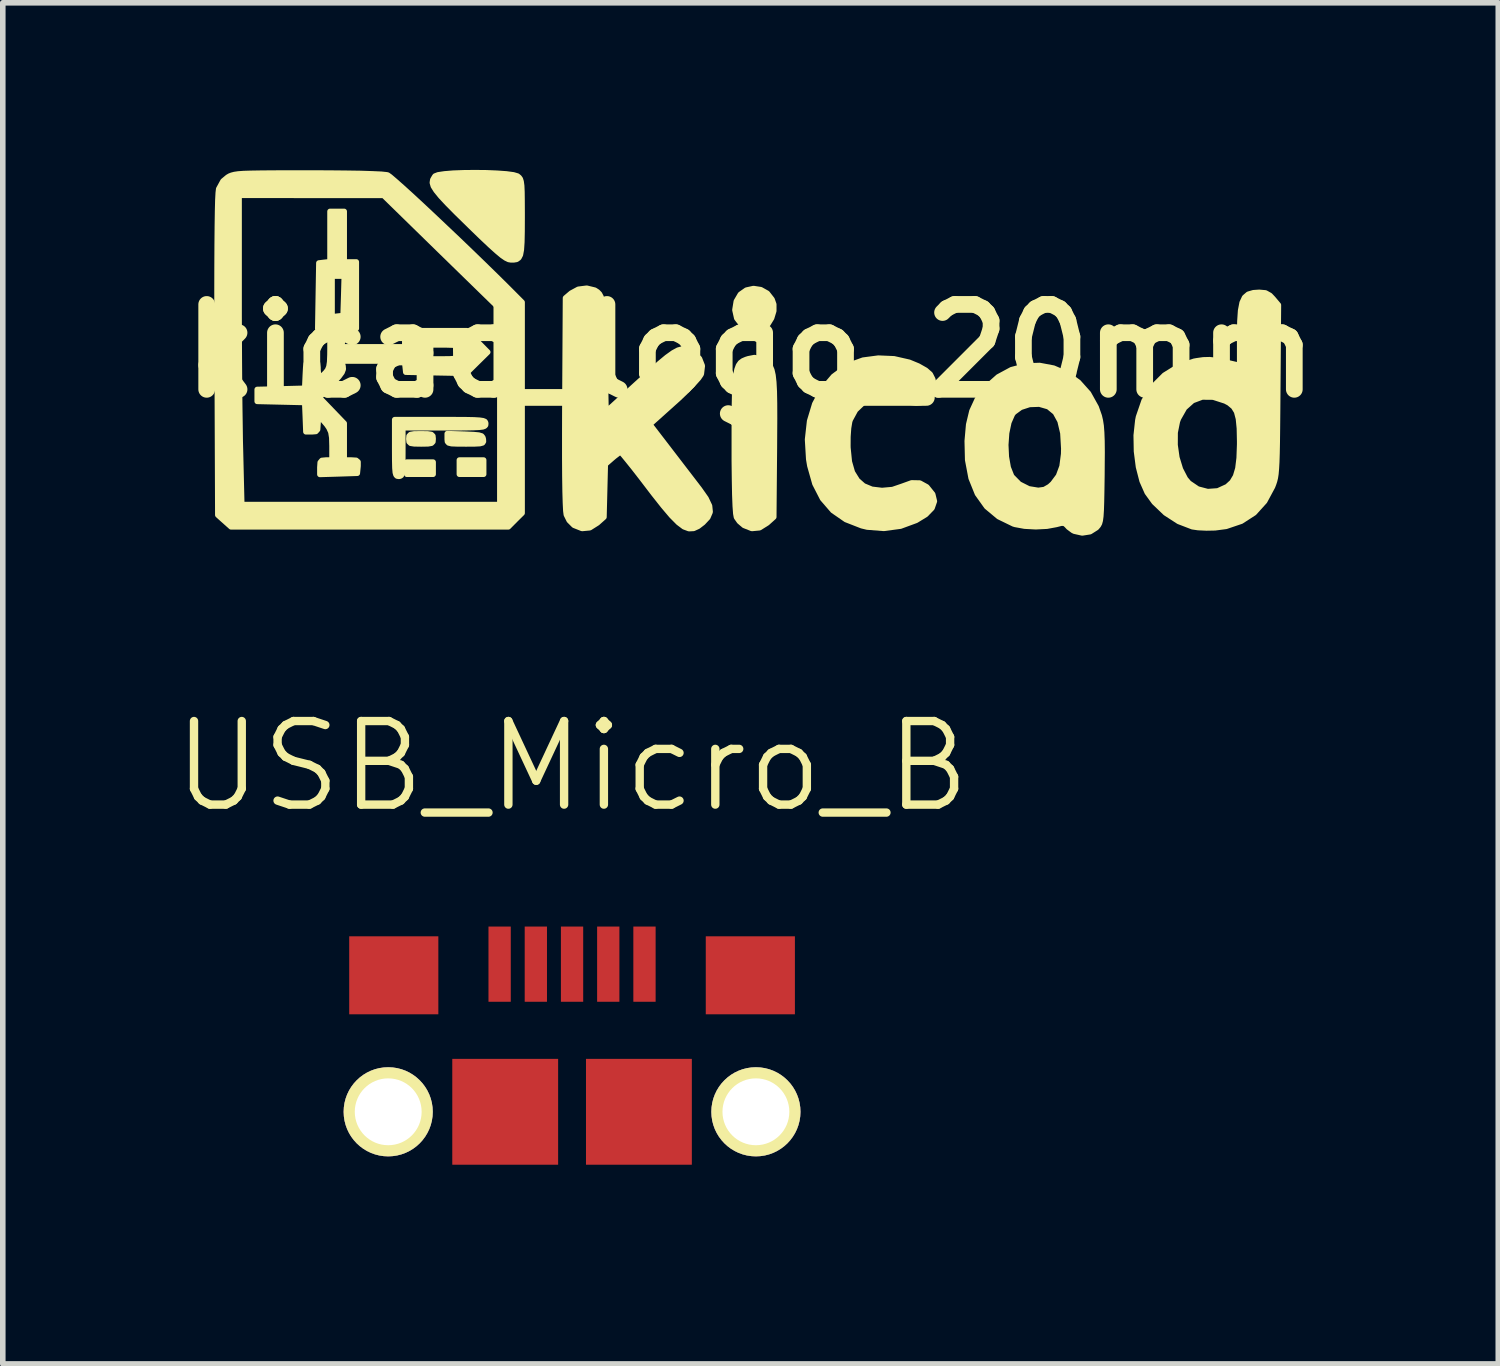
<source format=kicad_pcb>
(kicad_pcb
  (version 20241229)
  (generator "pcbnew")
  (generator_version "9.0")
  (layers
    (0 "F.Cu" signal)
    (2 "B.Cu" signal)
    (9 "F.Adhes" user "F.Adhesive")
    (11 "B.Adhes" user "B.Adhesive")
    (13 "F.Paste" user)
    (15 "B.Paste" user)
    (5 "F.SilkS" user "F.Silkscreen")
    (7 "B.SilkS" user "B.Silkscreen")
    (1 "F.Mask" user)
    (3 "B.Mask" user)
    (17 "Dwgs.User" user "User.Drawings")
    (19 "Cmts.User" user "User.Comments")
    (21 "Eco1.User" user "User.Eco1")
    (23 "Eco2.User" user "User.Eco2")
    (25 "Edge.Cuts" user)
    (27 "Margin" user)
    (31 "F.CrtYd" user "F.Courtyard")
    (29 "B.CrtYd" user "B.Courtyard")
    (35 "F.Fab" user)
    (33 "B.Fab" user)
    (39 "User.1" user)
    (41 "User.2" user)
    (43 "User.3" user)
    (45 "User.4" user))
  (footprint "kicad_logo_20mm"
    (layer "F.Cu")
    (at 10.421 3.249)
    (property "Reference" "kicad_logo_20mm" (at 0 0 0) (layer "F.SilkS") (effects (font (size 1.524 1.524) (thickness 0.3))))
    (attr through_hole)
    (fp_poly (pts (xy -5.697 2.213) (xy -5.933 2.213) (xy -6.169 2.213) (xy -6.169 2.105) (xy -6.169 1.996) (xy -5.933 1.996) (xy -5.697 1.996) (xy -5.697 2.105) (xy -5.697 2.213)) (stroke (width 0.1) (type solid)) (fill yes) (layer "F.SilkS"))
    (fp_poly (pts (xy -4.79 2.213) (xy -5.007 2.213) (xy -5.225 2.213) (xy -5.225 2.086) (xy -5.225 1.959) (xy -5.007 1.959) (xy -4.79 1.959) (xy -4.79 2.086) (xy -4.79 2.213)) (stroke (width 0.1) (type solid)) (fill yes) (layer "F.SilkS"))
    (fp_poly (pts (xy 0.417 -0.836) (xy 0.417 -0.718) (xy 0.378 -0.59) (xy 0.313 -0.484) (xy 0.259 -0.438) (xy 0.127 -0.402) (xy -0.021 -0.412) (xy -0.147 -0.466) (xy -0.156 -0.472) (xy -0.246 -0.587) (xy -0.279 -0.735) (xy -0.254 -0.89) (xy -0.181 -1.015) (xy -0.073 -1.091) (xy 0.054 -1.119) (xy 0.184 -1.099) (xy 0.3 -1.034) (xy 0.386 -0.924) (xy 0.417 -0.836)) (stroke (width 0.1) (type solid)) (fill yes) (layer "F.SilkS"))
    (fp_poly (pts (xy -4.794 1.626) (xy -4.81 1.65) (xy -4.857 1.663) (xy -4.949 1.668) (xy -5.099 1.669) (xy -5.114 1.669) (xy -5.269 1.668) (xy -5.366 1.664) (xy -5.418 1.651) (xy -5.439 1.627) (xy -5.443 1.587) (xy -5.443 1.577) (xy -5.443 1.485) (xy -5.125 1.495) (xy -4.973 1.502) (xy -4.878 1.511) (xy -4.826 1.527) (xy -4.804 1.555) (xy -4.796 1.587) (xy -4.794 1.626)) (stroke (width 0.1) (type solid)) (fill yes) (layer "F.SilkS"))
    (fp_poly (pts (xy -5.697 1.578) (xy -5.701 1.629) (xy -5.727 1.656) (xy -5.789 1.667) (xy -5.907 1.669) (xy -5.915 1.669) (xy -6.035 1.667) (xy -6.1 1.657) (xy -6.127 1.631) (xy -6.132 1.582) (xy -6.132 1.578) (xy -6.128 1.528) (xy -6.102 1.501) (xy -6.04 1.49) (xy -5.922 1.488) (xy -5.915 1.488) (xy -5.794 1.49) (xy -5.729 1.5) (xy -5.702 1.526) (xy -5.697 1.575) (xy -5.697 1.578)) (stroke (width 0.1) (type solid)) (fill yes) (layer "F.SilkS"))
    (fp_poly (pts (xy -4.753 1.306) (xy -4.756 1.331) (xy -4.771 1.349) (xy -4.806 1.362) (xy -4.872 1.37) (xy -4.977 1.375) (xy -5.131 1.378) (xy -5.343 1.379) (xy -5.497 1.379) (xy -6.241 1.379) (xy -6.241 1.814) (xy -6.242 1.998) (xy -6.245 2.121) (xy -6.254 2.196) (xy -6.269 2.234) (xy -6.292 2.248) (xy -6.314 2.25) (xy -6.342 2.246) (xy -6.362 2.227) (xy -6.375 2.182) (xy -6.382 2.1) (xy -6.385 1.97) (xy -6.386 1.779) (xy -6.386 1.742) (xy -6.386 1.234) (xy -5.57 1.234) (xy -5.306 1.234) (xy -5.107 1.235) (xy -4.962 1.238) (xy -4.863 1.244) (xy -4.802 1.253) (xy -4.769 1.266) (xy -4.756 1.284) (xy -4.753 1.306)) (stroke (width 0.1) (type solid)) (fill yes) (layer "F.SilkS"))
    (fp_poly (pts (xy 0.431 1.207) (xy 0.429 1.536) (xy 0.428 1.729) (xy 0.417 2.981) (xy 0.299 3.087) (xy 0.162 3.173) (xy 0.024 3.186) (xy -0.115 3.131) (xy -0.199 3.059) (xy -0.251 2.985) (xy -0.263 2.92) (xy -0.273 2.785) (xy -0.281 2.58) (xy -0.286 2.309) (xy -0.29 1.973) (xy -0.29 1.664) (xy -0.29 1.302) (xy -0.288 1.005) (xy -0.283 0.767) (xy -0.275 0.581) (xy -0.262 0.439) (xy -0.242 0.335) (xy -0.215 0.261) (xy -0.18 0.211) (xy -0.135 0.178) (xy -0.079 0.154) (xy -0.038 0.141) (xy 0.07 0.12) (xy 0.16 0.137) (xy 0.215 0.162) (xy 0.271 0.193) (xy 0.317 0.23) (xy 0.354 0.277) (xy 0.382 0.343) (xy 0.403 0.436) (xy 0.417 0.561) (xy 0.426 0.726) (xy 0.43 0.939) (xy 0.431 1.207)) (stroke (width 0.1) (type solid)) (fill yes) (layer "F.SilkS"))
    (fp_poly (pts (xy -4.1 -2.4) (xy -4.101 -2.145) (xy -4.105 -1.954) (xy -4.114 -1.818) (xy -4.131 -1.726) (xy -4.159 -1.672) (xy -4.198 -1.644) (xy -4.253 -1.635) (xy -4.298 -1.635) (xy -4.34 -1.642) (xy -4.392 -1.667) (xy -4.46 -1.714) (xy -4.552 -1.791) (xy -4.674 -1.901) (xy -4.833 -2.051) (xy -5.035 -2.247) (xy -5.057 -2.269) (xy -5.272 -2.479) (xy -5.438 -2.647) (xy -5.56 -2.778) (xy -5.643 -2.88) (xy -5.692 -2.958) (xy -5.71 -3.02) (xy -5.702 -3.072) (xy -5.674 -3.121) (xy -5.661 -3.139) (xy -5.607 -3.16) (xy -5.494 -3.177) (xy -5.338 -3.19) (xy -5.151 -3.197) (xy -4.948 -3.199) (xy -4.743 -3.197) (xy -4.55 -3.189) (xy -4.383 -3.177) (xy -4.256 -3.16) (xy -4.184 -3.139) (xy -4.181 -3.137) (xy -4.153 -3.114) (xy -4.132 -3.085) (xy -4.118 -3.039) (xy -4.108 -2.966) (xy -4.103 -2.854) (xy -4.101 -2.694) (xy -4.1 -2.475) (xy -4.1 -2.4)) (stroke (width 0.1) (type solid)) (fill yes) (layer "F.SilkS"))
    (fp_poly (pts (xy 3.3 2.698) (xy 3.258 2.819) (xy 3.144 2.936) (xy 2.972 3.041) (xy 2.692 3.144) (xy 2.393 3.184) (xy 2.096 3.161) (xy 1.997 3.137) (xy 1.713 3.026) (xy 1.479 2.864) (xy 1.294 2.65) (xy 1.157 2.383) (xy 1.066 2.061) (xy 1.046 1.943) (xy 1.025 1.59) (xy 1.062 1.258) (xy 1.154 0.953) (xy 1.298 0.683) (xy 1.491 0.457) (xy 1.729 0.281) (xy 1.78 0.253) (xy 2.021 0.166) (xy 2.294 0.13) (xy 2.576 0.142) (xy 2.848 0.204) (xy 3.01 0.271) (xy 3.144 0.347) (xy 3.226 0.419) (xy 3.27 0.506) (xy 3.29 0.594) (xy 3.295 0.685) (xy 3.267 0.757) (xy 3.197 0.837) (xy 3.129 0.895) (xy 3.059 0.927) (xy 2.972 0.935) (xy 2.852 0.918) (xy 2.686 0.876) (xy 2.59 0.848) (xy 2.456 0.814) (xy 2.359 0.803) (xy 2.268 0.815) (xy 2.211 0.831) (xy 2.03 0.92) (xy 1.884 1.06) (xy 1.789 1.235) (xy 1.778 1.27) (xy 1.759 1.384) (xy 1.748 1.539) (xy 1.747 1.707) (xy 1.748 1.74) (xy 1.773 1.989) (xy 1.828 2.18) (xy 1.917 2.324) (xy 2.028 2.422) (xy 2.177 2.484) (xy 2.36 2.506) (xy 2.551 2.489) (xy 2.721 2.431) (xy 2.893 2.369) (xy 3.038 2.372) (xy 3.162 2.44) (xy 3.168 2.446) (xy 3.27 2.573) (xy 3.3 2.698)) (stroke (width 0.1) (type solid)) (fill yes) (layer "F.SilkS"))
    (fp_poly (pts (xy -4.1 2.91) (xy -4.224 3.033) (xy -4.347 3.157) (xy -4.499 3.157) (xy -4.499 2.758) (xy -4.499 1.001) (xy -4.499 -0.756) (xy -5.543 -1.774) (xy -6.586 -2.793) (xy -7.883 -2.793) (xy -9.18 -2.794) (xy -9.18 -1.004) (xy -9.18 -0.606) (xy -9.178 -0.194) (xy -9.176 0.219) (xy -9.173 0.62) (xy -9.169 0.996) (xy -9.164 1.333) (xy -9.16 1.62) (xy -9.156 1.772) (xy -9.132 2.758) (xy -6.816 2.758) (xy -4.499 2.758) (xy -4.499 3.157) (xy -6.836 3.157) (xy -9.324 3.157) (xy -9.443 3.051) (xy -9.561 2.945) (xy -9.572 0.085) (xy -9.574 -0.523) (xy -9.575 -1.058) (xy -9.574 -1.524) (xy -9.572 -1.92) (xy -9.569 -2.249) (xy -9.565 -2.51) (xy -9.56 -2.706) (xy -9.553 -2.838) (xy -9.545 -2.906) (xy -9.544 -2.909) (xy -9.468 -3.048) (xy -9.384 -3.118) (xy -9.35 -3.138) (xy -9.312 -3.153) (xy -9.262 -3.166) (xy -9.194 -3.176) (xy -9.099 -3.183) (xy -8.97 -3.187) (xy -8.799 -3.19) (xy -8.579 -3.192) (xy -8.302 -3.193) (xy -7.961 -3.193) (xy -7.936 -3.193) (xy -7.583 -3.192) (xy -7.27 -3.189) (xy -7.003 -3.185) (xy -6.787 -3.178) (xy -6.629 -3.171) (xy -6.534 -3.161) (xy -6.513 -3.157) (xy -6.468 -3.125) (xy -6.378 -3.048) (xy -6.248 -2.933) (xy -6.085 -2.785) (xy -5.896 -2.61) (xy -5.687 -2.414) (xy -5.464 -2.203) (xy -5.233 -1.984) (xy -5.002 -1.762) (xy -4.776 -1.543) (xy -4.561 -1.333) (xy -4.364 -1.138) (xy -4.327 -1.101) (xy -4.1 -0.873) (xy -4.1 1.018) (xy -4.1 2.91)) (stroke (width 0.1) (type solid)) (fill yes) (layer "F.SilkS"))
    (fp_poly (pts (xy 6.31 1.815) (xy 6.308 2.071) (xy 6.307 2.226) (xy 6.303 2.496) (xy 6.299 2.703) (xy 6.294 2.857) (xy 6.287 2.967) (xy 6.277 3.043) (xy 6.263 3.094) (xy 6.243 3.131) (xy 6.217 3.162) (xy 6.208 3.172) (xy 6.094 3.244) (xy 5.954 3.266) (xy 5.814 3.235) (xy 5.788 3.222) (xy 5.71 3.164) (xy 5.674 3.125) (xy 5.636 3.093) (xy 5.624 3.092) (xy 5.624 1.753) (xy 5.608 1.475) (xy 5.557 1.259) (xy 5.471 1.102) (xy 5.348 1.001) (xy 5.185 0.954) (xy 5.181 0.954) (xy 5.008 0.96) (xy 4.849 1.012) (xy 4.727 1.101) (xy 4.7 1.136) (xy 4.636 1.282) (xy 4.596 1.473) (xy 4.581 1.687) (xy 4.591 1.901) (xy 4.625 2.094) (xy 4.684 2.243) (xy 4.693 2.258) (xy 4.823 2.39) (xy 4.993 2.476) (xy 5.165 2.504) (xy 5.275 2.489) (xy 5.369 2.435) (xy 5.425 2.384) (xy 5.529 2.245) (xy 5.593 2.072) (xy 5.622 1.85) (xy 5.624 1.753) (xy 5.624 3.092) (xy 5.577 3.091) (xy 5.488 3.114) (xy 5.32 3.145) (xy 5.12 3.155) (xy 4.919 3.144) (xy 4.75 3.113) (xy 4.721 3.104) (xy 4.456 2.975) (xy 4.239 2.794) (xy 4.074 2.563) (xy 3.961 2.283) (xy 3.899 1.956) (xy 3.891 1.616) (xy 3.917 1.322) (xy 3.975 1.08) (xy 4.071 0.871) (xy 4.21 0.68) (xy 4.231 0.657) (xy 4.446 0.466) (xy 4.683 0.338) (xy 4.934 0.271) (xy 5.189 0.262) (xy 5.439 0.309) (xy 5.674 0.41) (xy 5.886 0.562) (xy 6.066 0.763) (xy 6.204 1.011) (xy 6.259 1.168) (xy 6.278 1.249) (xy 6.293 1.344) (xy 6.302 1.462) (xy 6.308 1.616) (xy 6.31 1.815)) (stroke (width 0.1) (type solid)) (fill yes) (layer "F.SilkS"))
    (fp_poly (pts (xy -0.725 2.89) (xy -0.767 2.988) (xy -0.854 3.081) (xy -0.941 3.148) (xy -1.022 3.185) (xy -1.104 3.189) (xy -1.193 3.156) (xy -1.294 3.08) (xy -1.415 2.958) (xy -1.561 2.786) (xy -1.739 2.561) (xy -1.832 2.439) (xy -1.972 2.256) (xy -2.098 2.094) (xy -2.204 1.962) (xy -2.281 1.868) (xy -2.324 1.82) (xy -2.33 1.816) (xy -2.371 1.837) (xy -2.443 1.892) (xy -2.481 1.924) (xy -2.607 2.034) (xy -2.619 2.508) (xy -2.631 2.982) (xy -2.749 3.087) (xy -2.885 3.173) (xy -3.023 3.186) (xy -3.167 3.129) (xy -3.254 3.042) (xy -3.305 2.939) (xy -3.314 2.87) (xy -3.321 2.73) (xy -3.327 2.523) (xy -3.331 2.251) (xy -3.333 1.916) (xy -3.333 1.52) (xy -3.332 1.067) (xy -3.331 0.931) (xy -3.32 -0.95) (xy -3.218 -1.037) (xy -3.09 -1.106) (xy -2.939 -1.125) (xy -2.799 -1.091) (xy -2.792 -1.088) (xy -2.747 -1.059) (xy -2.711 -1.022) (xy -2.683 -0.969) (xy -2.661 -0.891) (xy -2.645 -0.78) (xy -2.633 -0.627) (xy -2.625 -0.426) (xy -2.618 -0.167) (xy -2.613 0.102) (xy -2.594 1.094) (xy -2.05 0.598) (xy -1.824 0.393) (xy -1.643 0.233) (xy -1.501 0.115) (xy -1.388 0.034) (xy -1.299 -0.014) (xy -1.224 -0.034) (xy -1.158 -0.028) (xy -1.092 -0.002) (xy -1.03 0.033) (xy -0.917 0.137) (xy -0.866 0.267) (xy -0.883 0.409) (xy -0.89 0.425) (xy -0.932 0.487) (xy -1.02 0.585) (xy -1.14 0.709) (xy -1.284 0.847) (xy -1.373 0.927) (xy -1.809 1.318) (xy -1.458 1.775) (xy -1.319 1.956) (xy -1.178 2.14) (xy -1.048 2.309) (xy -0.944 2.445) (xy -0.917 2.48) (xy -0.799 2.648) (xy -0.736 2.781) (xy -0.725 2.89)) (stroke (width 0.1) (type solid)) (fill yes) (layer "F.SilkS"))
    (fp_poly (pts (xy 9.475 -0.824) (xy 9.463 0.704) (xy 9.46 1.077) (xy 9.457 1.386) (xy 9.454 1.636) (xy 9.45 1.836) (xy 9.445 1.993) (xy 9.438 2.114) (xy 9.43 2.207) (xy 9.419 2.278) (xy 9.405 2.336) (xy 9.388 2.387) (xy 9.369 2.436) (xy 9.228 2.698) (xy 9.04 2.906) (xy 8.808 3.056) (xy 8.781 3.065) (xy 8.781 1.623) (xy 8.776 1.39) (xy 8.759 1.217) (xy 8.726 1.091) (xy 8.671 1.002) (xy 8.591 0.935) (xy 8.522 0.898) (xy 8.305 0.828) (xy 8.107 0.826) (xy 7.934 0.891) (xy 7.79 1.02) (xy 7.681 1.212) (xy 7.661 1.266) (xy 7.621 1.465) (xy 7.62 1.688) (xy 7.652 1.914) (xy 7.716 2.124) (xy 7.805 2.296) (xy 7.869 2.372) (xy 8.027 2.479) (xy 8.206 2.526) (xy 8.389 2.513) (xy 8.555 2.437) (xy 8.558 2.435) (xy 8.645 2.355) (xy 8.707 2.251) (xy 8.749 2.11) (xy 8.772 1.922) (xy 8.781 1.676) (xy 8.781 1.623) (xy 8.781 3.065) (xy 8.536 3.148) (xy 8.338 3.174) (xy 8.183 3.177) (xy 8.035 3.17) (xy 7.932 3.155) (xy 7.685 3.06) (xy 7.45 2.908) (xy 7.247 2.714) (xy 7.121 2.54) (xy 7.03 2.334) (xy 6.965 2.081) (xy 6.929 1.801) (xy 6.924 1.516) (xy 6.953 1.247) (xy 6.965 1.186) (xy 7.065 0.895) (xy 7.223 0.643) (xy 7.43 0.436) (xy 7.679 0.281) (xy 7.964 0.186) (xy 8.008 0.178) (xy 8.127 0.161) (xy 8.24 0.158) (xy 8.365 0.171) (xy 8.524 0.202) (xy 8.681 0.238) (xy 8.781 0.262) (xy 8.781 -0.27) (xy 8.785 -0.53) (xy 8.798 -0.725) (xy 8.825 -0.866) (xy 8.869 -0.96) (xy 8.935 -1.017) (xy 9.027 -1.044) (xy 9.132 -1.051) (xy 9.244 -1.041) (xy 9.324 -0.996) (xy 9.379 -0.938) (xy 9.475 -0.824)) (stroke (width 0.1) (type solid)) (fill yes) (layer "F.SilkS"))
    (fp_poly (pts (xy -4.717 0.021) (xy -4.91 0.211) (xy -5.102 0.401) (xy -5.106 0.401) (xy -5.106 0.022) (xy -5.125 -0.036) (xy -5.132 -0.045) (xy -5.164 -0.074) (xy -5.218 -0.093) (xy -5.307 -0.104) (xy -5.447 -0.108) (xy -5.565 -0.109) (xy -5.951 -0.109) (xy -5.951 0.018) (xy -5.951 0.145) (xy -5.575 0.145) (xy -5.399 0.143) (xy -5.28 0.136) (xy -5.204 0.121) (xy -5.158 0.096) (xy -5.143 0.082) (xy -5.106 0.022) (xy -5.106 0.401) (xy -5.645 0.391) (xy -6.187 0.381) (xy -6.198 0.281) (xy -6.21 0.181) (xy -6.774 0.181) (xy -7.338 0.181) (xy -7.314 0.274) (xy -7.31 0.327) (xy -7.332 0.385) (xy -7.387 0.46) (xy -7.485 0.568) (xy -7.516 0.601) (xy -7.74 0.835) (xy -7.517 1.067) (xy -7.293 1.3) (xy -7.293 1.63) (xy -7.293 1.959) (xy -7.164 1.959) (xy -7.079 1.964) (xy -7.045 1.992) (xy -7.045 2.063) (xy -7.046 2.077) (xy -7.058 2.195) (xy -7.393 2.206) (xy -7.729 2.216) (xy -7.729 2.088) (xy -7.723 2.002) (xy -7.693 1.966) (xy -7.62 1.959) (xy -7.511 1.959) (xy -7.511 1.703) (xy -7.515 1.557) (xy -7.531 1.458) (xy -7.566 1.38) (xy -7.606 1.322) (xy -7.684 1.231) (xy -7.734 1.204) (xy -7.759 1.243) (xy -7.765 1.324) (xy -7.771 1.41) (xy -7.802 1.445) (xy -7.872 1.451) (xy -7.98 1.451) (xy -7.99 1.188) (xy -8.001 0.925) (xy -8.427 0.915) (xy -8.854 0.905) (xy -8.854 0.798) (xy -8.854 0.692) (xy -8.427 0.682) (xy -8.001 0.671) (xy -7.99 0.426) (xy -7.983 0.297) (xy -7.972 0.223) (xy -7.948 0.191) (xy -7.904 0.182) (xy -7.872 0.181) (xy -7.804 0.187) (xy -7.773 0.219) (xy -7.765 0.297) (xy -7.765 0.327) (xy -7.757 0.43) (xy -7.73 0.466) (xy -7.675 0.436) (xy -7.626 0.388) (xy -7.589 0.34) (xy -7.566 0.282) (xy -7.553 0.197) (xy -7.548 0.067) (xy -7.547 -0.048) (xy -7.547 -0.399) (xy -7.657 -0.399) (xy -7.767 -0.399) (xy -7.757 -0.989) (xy -7.747 -1.578) (xy -7.647 -1.59) (xy -7.547 -1.601) (xy -7.547 -2.053) (xy -7.547 -2.504) (xy -7.42 -2.504) (xy -7.293 -2.504) (xy -7.293 -2.05) (xy -7.293 -1.597) (xy -7.185 -1.597) (xy -7.076 -1.597) (xy -7.076 -1) (xy -7.076 -0.404) (xy -7.194 -0.392) (xy -7.268 -0.379) (xy -7.291 -0.358) (xy -7.291 -1.343) (xy -7.401 -1.343) (xy -7.511 -1.343) (xy -7.511 -0.977) (xy -7.511 -0.612) (xy -7.411 -0.624) (xy -7.312 -0.635) (xy -7.301 -0.989) (xy -7.291 -1.343) (xy -7.291 -0.358) (xy -7.305 -0.345) (xy -7.32 -0.267) (xy -7.323 -0.227) (xy -7.334 -0.073) (xy -6.769 -0.073) (xy -6.205 -0.073) (xy -6.205 -0.218) (xy -6.205 -0.363) (xy -5.65 -0.363) (xy -5.096 -0.363) (xy -4.906 -0.171) (xy -4.717 0.021)) (stroke (width 0.1) (type solid)) (fill yes) (layer "F.SilkS")))
  (footprint "USB_Micro_B"
    (layer "F.Cu")
    (at 7.218 16.906)
    (property "Reference" "USB_Micro_B" (at 0 -6.2 0) (layer "F.SilkS") (effects (font (size 1.5 1.5) (thickness 0.15))))
    (attr through_hole)
    (fp_line (start -5 -5) (end 5 -5) (stroke (width 0.15) (type solid)) (layer "Eco1.User"))
    (fp_line (start -5 1.45) (end -5 -5) (stroke (width 0.15) (type solid)) (layer "Eco1.User"))
    (fp_line (start -5 1.45) (end 5 1.45) (stroke (width 0.15) (type solid)) (layer "Eco1.User"))
    (fp_line (start 5 -5) (end 5 1.45) (stroke (width 0.15) (type solid)) (layer "Eco1.User"))
    (pad "1" smd rect (at -1.3 -2.65) (size 0.4 1.35) (layers "F.Cu" "F.Mask" "F.Paste"))
    (pad "2" smd rect (at -0.65 -2.65) (size 0.4 1.35) (layers "F.Cu" "F.Mask" "F.Paste"))
    (pad "3" smd rect (at 0 -2.65) (size 0.4 1.35) (layers "F.Cu" "F.Mask" "F.Paste"))
    (pad "4" smd rect (at 0.65 -2.65) (size 0.4 1.35) (layers "F.Cu" "F.Mask" "F.Paste"))
    (pad "5" smd rect (at 1.3 -2.65) (size 0.4 1.35) (layers "F.Cu" "F.Mask" "F.Paste"))
    (pad "6" smd rect (at -3.2 -2.45) (size 1.6 1.4) (layers "F.Cu" "F.Mask" "F.Paste"))
    (pad "7" smd rect (at 3.2 -2.45) (size 1.6 1.4) (layers "F.Cu" "F.Mask" "F.Paste"))
    (pad "8" thru_hole circle (at -3.3 0) (size 1.6 1.6) (drill 1.2) (layers "*.Cu" "*.Mask" "F.SilkS"))
    (pad "8" smd rect (at -1.2 0) (size 1.9 1.9) (layers "F.Cu" "F.Mask" "F.Paste"))
    (pad "9" smd rect (at 1.2 0) (size 1.9 1.9) (layers "F.Cu" "F.Mask" "F.Paste"))
    (pad "9" thru_hole oval (at 3.3 0) (size 1.6 1.6) (drill 1.2) (layers "*.Cu" "*.Mask" "F.SilkS")))
  (gr_rect
    (start -3 -3)
    (end 23.843 21.431)
    (stroke (width 0.1) (type default))
    (fill no)
    (layer "Edge.Cuts")))
</source>
